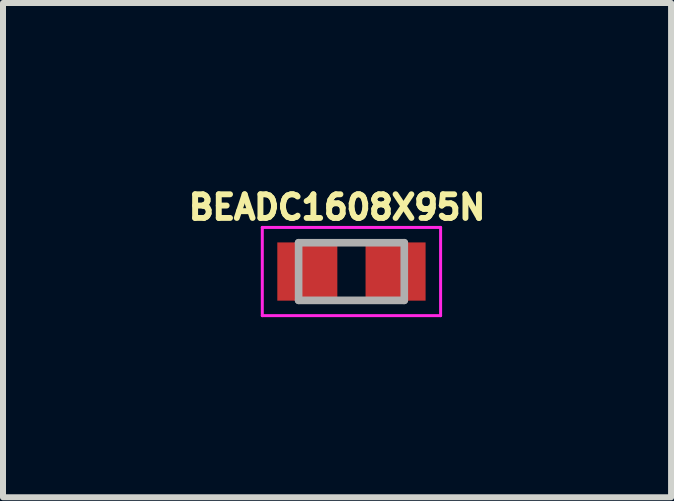
<source format=kicad_pcb>
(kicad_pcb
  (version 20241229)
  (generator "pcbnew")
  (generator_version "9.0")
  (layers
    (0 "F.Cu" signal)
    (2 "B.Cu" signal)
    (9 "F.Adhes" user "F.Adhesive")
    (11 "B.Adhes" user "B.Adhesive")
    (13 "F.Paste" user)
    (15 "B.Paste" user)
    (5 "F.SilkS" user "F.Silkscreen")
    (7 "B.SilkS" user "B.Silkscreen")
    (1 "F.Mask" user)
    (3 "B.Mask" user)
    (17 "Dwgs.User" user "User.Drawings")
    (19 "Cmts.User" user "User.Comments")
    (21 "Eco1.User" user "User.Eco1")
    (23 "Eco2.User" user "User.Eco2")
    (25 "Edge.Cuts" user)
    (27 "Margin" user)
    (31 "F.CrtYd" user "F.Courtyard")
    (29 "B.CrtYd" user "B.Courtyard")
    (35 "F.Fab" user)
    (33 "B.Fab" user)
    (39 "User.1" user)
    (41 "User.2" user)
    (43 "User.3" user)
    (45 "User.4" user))
  (footprint "BEADC1608X95N"
    (layer "F.Cu")
    (at 2.804 1.473)
    (property "Reference" "BEADC1608X95N" (at -0.24 -1.07 0) (layer "F.SilkS") (effects (font (size 0.394 0.394) (thickness 0.15))))
    (attr through_hole)
    (fp_line (start -1.485 -0.735) (end 1.485 -0.735) (stroke (width 0.05) (type solid)) (layer "F.CrtYd"))
    (fp_line (start -1.485 0.735) (end -1.485 -0.735) (stroke (width 0.05) (type solid)) (layer "F.CrtYd"))
    (fp_line (start -1.485 0.735) (end 1.485 0.735) (stroke (width 0.05) (type solid)) (layer "F.CrtYd"))
    (fp_line (start 1.485 0.735) (end 1.485 -0.735) (stroke (width 0.05) (type solid)) (layer "F.CrtYd"))
    (fp_line (start -0.88 0.48) (end -0.88 -0.48) (stroke (width 0.127) (type solid)) (layer "F.Fab"))
    (fp_line (start 0.88 -0.48) (end -0.88 -0.48) (stroke (width 0.127) (type solid)) (layer "F.Fab"))
    (fp_line (start 0.88 0.48) (end -0.88 0.48) (stroke (width 0.127) (type solid)) (layer "F.Fab"))
    (fp_line (start 0.88 0.48) (end 0.88 -0.48) (stroke (width 0.127) (type solid)) (layer "F.Fab"))
    (pad "1" smd rect (at -0.735 0) (size 1 0.97) (layers "F.Cu" "F.Mask" "F.Paste"))
    (pad "2" smd rect (at 0.735 0) (size 1 0.97) (layers "F.Cu" "F.Mask" "F.Paste")))
  (gr_rect
    (start -3 -3)
    (end 8.128 5.233)
    (stroke (width 0.1) (type default))
    (fill no)
    (layer "Edge.Cuts")))
</source>
